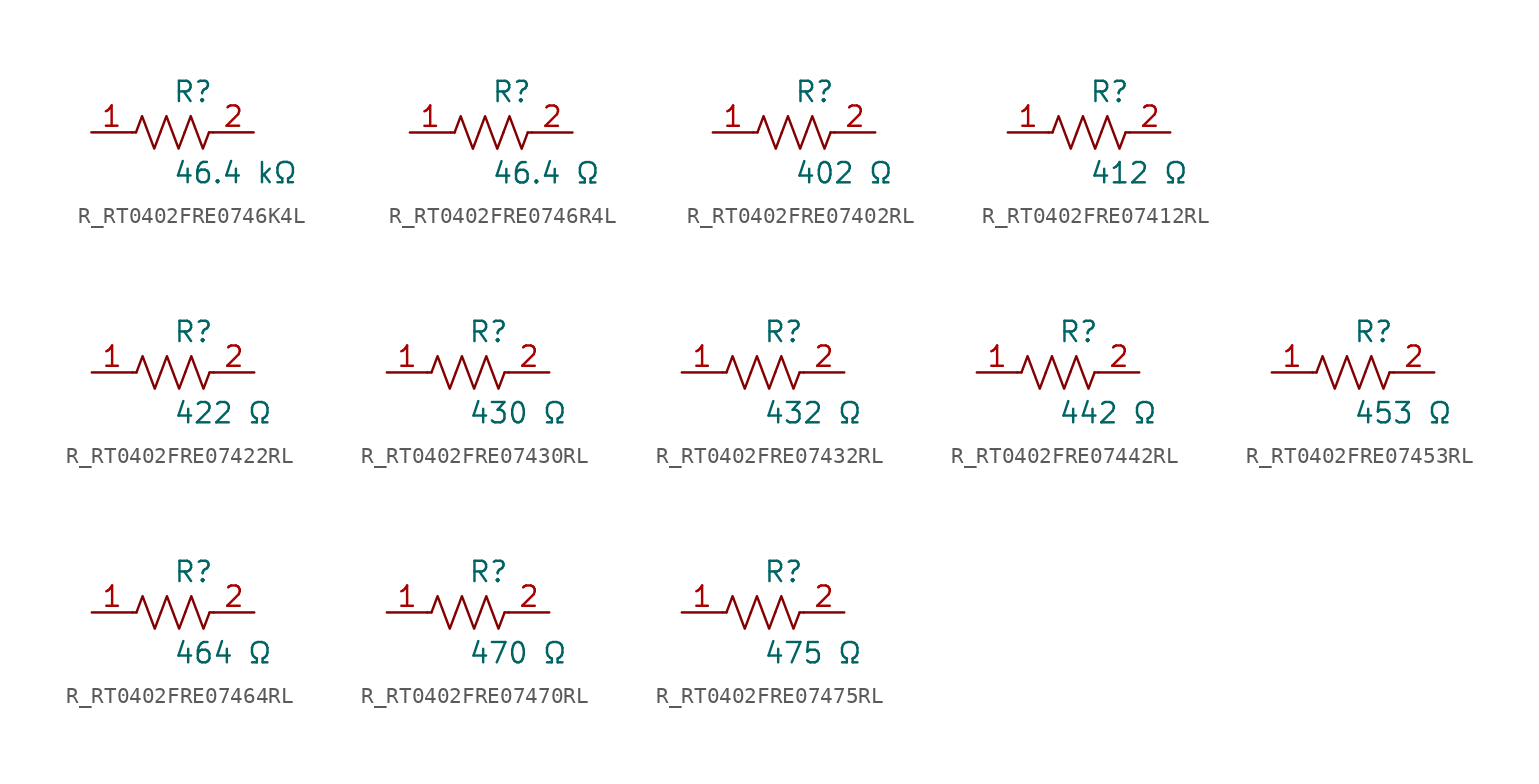
<source format=kicad_sym>
(kicad_symbol_lib
  (version 20231120)
  (generator kicad_symbol_editor)
  (generator_version 8.0)
  (symbol "R_RT0402FRE0746K4L"
    (pin_names
      (offset 0.254))
    (property "Reference" "R"
      (at 0.0 2.54 0)
      (effects (font (size 1.27 1.27)) (justify left)))
    (property "Value" "46.4 kΩ"
      (at 0.0 -2.54 0)
      (effects (font (size 1.27 1.27)) (justify left)))
    (symbol "R_RT0402FRE0746K4L_0_1"
      (polyline (pts (xy 2.286 0) (xy 2.54 0)) (stroke (width 0) (type default)) (fill (type none)))
      (polyline (pts (xy -2.286 0) (xy -2.54 0)) (stroke (width 0) (type default)) (fill (type none)))
      (polyline (pts (xy 0.762 0) (xy 1.143 1.016) (xy 1.524 0) (xy 1.905 -1.016) (xy 2.286 0)) (stroke (width 0) (type default)) (fill (type none)))
      (polyline (pts (xy -0.762 0) (xy -0.381 1.016) (xy 0 0) (xy 0.381 -1.016) (xy 0.762 0)) (stroke (width 0) (type default)) (fill (type none)))
      (polyline (pts (xy -2.286 0) (xy -1.905 1.016) (xy -1.524 0) (xy -1.143 -1.016) (xy -0.762 0)) (stroke (width 0) (type default)) (fill (type none))))
    (pin unspecified line
      (at -5.08 0 0)
      (length 2.54)
      (name "" (effects (font (size 1.27 1.27))))
      (number "1" (effects (font (size 1.27 1.27)))))
    (pin unspecified line
      (at 5.08 0 180)
      (length 2.54)
      (name "" (effects (font (size 1.27 1.27))))
      (number "2" (effects (font (size 1.27 1.27))))))
  (symbol "R_RT0402FRE0746R4L"
    (pin_names
      (offset 0.254))
    (property "Reference" "R"
      (at 0.0 2.54 0)
      (effects (font (size 1.27 1.27)) (justify left)))
    (property "Value" "46.4 Ω"
      (at 0.0 -2.54 0)
      (effects (font (size 1.27 1.27)) (justify left)))
    (symbol "R_RT0402FRE0746R4L_0_1"
      (polyline (pts (xy 2.286 0) (xy 2.54 0)) (stroke (width 0) (type default)) (fill (type none)))
      (polyline (pts (xy -2.286 0) (xy -2.54 0)) (stroke (width 0) (type default)) (fill (type none)))
      (polyline (pts (xy 0.762 0) (xy 1.143 1.016) (xy 1.524 0) (xy 1.905 -1.016) (xy 2.286 0)) (stroke (width 0) (type default)) (fill (type none)))
      (polyline (pts (xy -0.762 0) (xy -0.381 1.016) (xy 0 0) (xy 0.381 -1.016) (xy 0.762 0)) (stroke (width 0) (type default)) (fill (type none)))
      (polyline (pts (xy -2.286 0) (xy -1.905 1.016) (xy -1.524 0) (xy -1.143 -1.016) (xy -0.762 0)) (stroke (width 0) (type default)) (fill (type none))))
    (pin unspecified line
      (at -5.08 0 0)
      (length 2.54)
      (name "" (effects (font (size 1.27 1.27))))
      (number "1" (effects (font (size 1.27 1.27)))))
    (pin unspecified line
      (at 5.08 0 180)
      (length 2.54)
      (name "" (effects (font (size 1.27 1.27))))
      (number "2" (effects (font (size 1.27 1.27))))))
  (symbol "R_RT0402FRE07402RL"
    (pin_names
      (offset 0.254))
    (property "Reference" "R"
      (at 0.0 2.54 0)
      (effects (font (size 1.27 1.27)) (justify left)))
    (property "Value" "402 Ω"
      (at 0.0 -2.54 0)
      (effects (font (size 1.27 1.27)) (justify left)))
    (symbol "R_RT0402FRE07402RL_0_1"
      (polyline (pts (xy 2.286 0) (xy 2.54 0)) (stroke (width 0) (type default)) (fill (type none)))
      (polyline (pts (xy -2.286 0) (xy -2.54 0)) (stroke (width 0) (type default)) (fill (type none)))
      (polyline (pts (xy 0.762 0) (xy 1.143 1.016) (xy 1.524 0) (xy 1.905 -1.016) (xy 2.286 0)) (stroke (width 0) (type default)) (fill (type none)))
      (polyline (pts (xy -0.762 0) (xy -0.381 1.016) (xy 0 0) (xy 0.381 -1.016) (xy 0.762 0)) (stroke (width 0) (type default)) (fill (type none)))
      (polyline (pts (xy -2.286 0) (xy -1.905 1.016) (xy -1.524 0) (xy -1.143 -1.016) (xy -0.762 0)) (stroke (width 0) (type default)) (fill (type none))))
    (pin unspecified line
      (at -5.08 0 0)
      (length 2.54)
      (name "" (effects (font (size 1.27 1.27))))
      (number "1" (effects (font (size 1.27 1.27)))))
    (pin unspecified line
      (at 5.08 0 180)
      (length 2.54)
      (name "" (effects (font (size 1.27 1.27))))
      (number "2" (effects (font (size 1.27 1.27))))))
  (symbol "R_RT0402FRE07412RL"
    (pin_names
      (offset 0.254))
    (property "Reference" "R"
      (at 0.0 2.54 0)
      (effects (font (size 1.27 1.27)) (justify left)))
    (property "Value" "412 Ω"
      (at 0.0 -2.54 0)
      (effects (font (size 1.27 1.27)) (justify left)))
    (symbol "R_RT0402FRE07412RL_0_1"
      (polyline (pts (xy 2.286 0) (xy 2.54 0)) (stroke (width 0) (type default)) (fill (type none)))
      (polyline (pts (xy -2.286 0) (xy -2.54 0)) (stroke (width 0) (type default)) (fill (type none)))
      (polyline (pts (xy 0.762 0) (xy 1.143 1.016) (xy 1.524 0) (xy 1.905 -1.016) (xy 2.286 0)) (stroke (width 0) (type default)) (fill (type none)))
      (polyline (pts (xy -0.762 0) (xy -0.381 1.016) (xy 0 0) (xy 0.381 -1.016) (xy 0.762 0)) (stroke (width 0) (type default)) (fill (type none)))
      (polyline (pts (xy -2.286 0) (xy -1.905 1.016) (xy -1.524 0) (xy -1.143 -1.016) (xy -0.762 0)) (stroke (width 0) (type default)) (fill (type none))))
    (pin unspecified line
      (at -5.08 0 0)
      (length 2.54)
      (name "" (effects (font (size 1.27 1.27))))
      (number "1" (effects (font (size 1.27 1.27)))))
    (pin unspecified line
      (at 5.08 0 180)
      (length 2.54)
      (name "" (effects (font (size 1.27 1.27))))
      (number "2" (effects (font (size 1.27 1.27))))))
  (symbol "R_RT0402FRE07422RL"
    (pin_names
      (offset 0.254))
    (property "Reference" "R"
      (at 0.0 2.54 0)
      (effects (font (size 1.27 1.27)) (justify left)))
    (property "Value" "422 Ω"
      (at 0.0 -2.54 0)
      (effects (font (size 1.27 1.27)) (justify left)))
    (symbol "R_RT0402FRE07422RL_0_1"
      (polyline (pts (xy 2.286 0) (xy 2.54 0)) (stroke (width 0) (type default)) (fill (type none)))
      (polyline (pts (xy -2.286 0) (xy -2.54 0)) (stroke (width 0) (type default)) (fill (type none)))
      (polyline (pts (xy 0.762 0) (xy 1.143 1.016) (xy 1.524 0) (xy 1.905 -1.016) (xy 2.286 0)) (stroke (width 0) (type default)) (fill (type none)))
      (polyline (pts (xy -0.762 0) (xy -0.381 1.016) (xy 0 0) (xy 0.381 -1.016) (xy 0.762 0)) (stroke (width 0) (type default)) (fill (type none)))
      (polyline (pts (xy -2.286 0) (xy -1.905 1.016) (xy -1.524 0) (xy -1.143 -1.016) (xy -0.762 0)) (stroke (width 0) (type default)) (fill (type none))))
    (pin unspecified line
      (at -5.08 0 0)
      (length 2.54)
      (name "" (effects (font (size 1.27 1.27))))
      (number "1" (effects (font (size 1.27 1.27)))))
    (pin unspecified line
      (at 5.08 0 180)
      (length 2.54)
      (name "" (effects (font (size 1.27 1.27))))
      (number "2" (effects (font (size 1.27 1.27))))))
  (symbol "R_RT0402FRE07430RL"
    (pin_names
      (offset 0.254))
    (property "Reference" "R"
      (at 0.0 2.54 0)
      (effects (font (size 1.27 1.27)) (justify left)))
    (property "Value" "430 Ω"
      (at 0.0 -2.54 0)
      (effects (font (size 1.27 1.27)) (justify left)))
    (symbol "R_RT0402FRE07430RL_0_1"
      (polyline (pts (xy 2.286 0) (xy 2.54 0)) (stroke (width 0) (type default)) (fill (type none)))
      (polyline (pts (xy -2.286 0) (xy -2.54 0)) (stroke (width 0) (type default)) (fill (type none)))
      (polyline (pts (xy 0.762 0) (xy 1.143 1.016) (xy 1.524 0) (xy 1.905 -1.016) (xy 2.286 0)) (stroke (width 0) (type default)) (fill (type none)))
      (polyline (pts (xy -0.762 0) (xy -0.381 1.016) (xy 0 0) (xy 0.381 -1.016) (xy 0.762 0)) (stroke (width 0) (type default)) (fill (type none)))
      (polyline (pts (xy -2.286 0) (xy -1.905 1.016) (xy -1.524 0) (xy -1.143 -1.016) (xy -0.762 0)) (stroke (width 0) (type default)) (fill (type none))))
    (pin unspecified line
      (at -5.08 0 0)
      (length 2.54)
      (name "" (effects (font (size 1.27 1.27))))
      (number "1" (effects (font (size 1.27 1.27)))))
    (pin unspecified line
      (at 5.08 0 180)
      (length 2.54)
      (name "" (effects (font (size 1.27 1.27))))
      (number "2" (effects (font (size 1.27 1.27))))))
  (symbol "R_RT0402FRE07432RL"
    (pin_names
      (offset 0.254))
    (property "Reference" "R"
      (at 0.0 2.54 0)
      (effects (font (size 1.27 1.27)) (justify left)))
    (property "Value" "432 Ω"
      (at 0.0 -2.54 0)
      (effects (font (size 1.27 1.27)) (justify left)))
    (symbol "R_RT0402FRE07432RL_0_1"
      (polyline (pts (xy 2.286 0) (xy 2.54 0)) (stroke (width 0) (type default)) (fill (type none)))
      (polyline (pts (xy -2.286 0) (xy -2.54 0)) (stroke (width 0) (type default)) (fill (type none)))
      (polyline (pts (xy 0.762 0) (xy 1.143 1.016) (xy 1.524 0) (xy 1.905 -1.016) (xy 2.286 0)) (stroke (width 0) (type default)) (fill (type none)))
      (polyline (pts (xy -0.762 0) (xy -0.381 1.016) (xy 0 0) (xy 0.381 -1.016) (xy 0.762 0)) (stroke (width 0) (type default)) (fill (type none)))
      (polyline (pts (xy -2.286 0) (xy -1.905 1.016) (xy -1.524 0) (xy -1.143 -1.016) (xy -0.762 0)) (stroke (width 0) (type default)) (fill (type none))))
    (pin unspecified line
      (at -5.08 0 0)
      (length 2.54)
      (name "" (effects (font (size 1.27 1.27))))
      (number "1" (effects (font (size 1.27 1.27)))))
    (pin unspecified line
      (at 5.08 0 180)
      (length 2.54)
      (name "" (effects (font (size 1.27 1.27))))
      (number "2" (effects (font (size 1.27 1.27))))))
  (symbol "R_RT0402FRE07442RL"
    (pin_names
      (offset 0.254))
    (property "Reference" "R"
      (at 0.0 2.54 0)
      (effects (font (size 1.27 1.27)) (justify left)))
    (property "Value" "442 Ω"
      (at 0.0 -2.54 0)
      (effects (font (size 1.27 1.27)) (justify left)))
    (symbol "R_RT0402FRE07442RL_0_1"
      (polyline (pts (xy 2.286 0) (xy 2.54 0)) (stroke (width 0) (type default)) (fill (type none)))
      (polyline (pts (xy -2.286 0) (xy -2.54 0)) (stroke (width 0) (type default)) (fill (type none)))
      (polyline (pts (xy 0.762 0) (xy 1.143 1.016) (xy 1.524 0) (xy 1.905 -1.016) (xy 2.286 0)) (stroke (width 0) (type default)) (fill (type none)))
      (polyline (pts (xy -0.762 0) (xy -0.381 1.016) (xy 0 0) (xy 0.381 -1.016) (xy 0.762 0)) (stroke (width 0) (type default)) (fill (type none)))
      (polyline (pts (xy -2.286 0) (xy -1.905 1.016) (xy -1.524 0) (xy -1.143 -1.016) (xy -0.762 0)) (stroke (width 0) (type default)) (fill (type none))))
    (pin unspecified line
      (at -5.08 0 0)
      (length 2.54)
      (name "" (effects (font (size 1.27 1.27))))
      (number "1" (effects (font (size 1.27 1.27)))))
    (pin unspecified line
      (at 5.08 0 180)
      (length 2.54)
      (name "" (effects (font (size 1.27 1.27))))
      (number "2" (effects (font (size 1.27 1.27))))))
  (symbol "R_RT0402FRE07453RL"
    (pin_names
      (offset 0.254))
    (property "Reference" "R"
      (at 0.0 2.54 0)
      (effects (font (size 1.27 1.27)) (justify left)))
    (property "Value" "453 Ω"
      (at 0.0 -2.54 0)
      (effects (font (size 1.27 1.27)) (justify left)))
    (symbol "R_RT0402FRE07453RL_0_1"
      (polyline (pts (xy 2.286 0) (xy 2.54 0)) (stroke (width 0) (type default)) (fill (type none)))
      (polyline (pts (xy -2.286 0) (xy -2.54 0)) (stroke (width 0) (type default)) (fill (type none)))
      (polyline (pts (xy 0.762 0) (xy 1.143 1.016) (xy 1.524 0) (xy 1.905 -1.016) (xy 2.286 0)) (stroke (width 0) (type default)) (fill (type none)))
      (polyline (pts (xy -0.762 0) (xy -0.381 1.016) (xy 0 0) (xy 0.381 -1.016) (xy 0.762 0)) (stroke (width 0) (type default)) (fill (type none)))
      (polyline (pts (xy -2.286 0) (xy -1.905 1.016) (xy -1.524 0) (xy -1.143 -1.016) (xy -0.762 0)) (stroke (width 0) (type default)) (fill (type none))))
    (pin unspecified line
      (at -5.08 0 0)
      (length 2.54)
      (name "" (effects (font (size 1.27 1.27))))
      (number "1" (effects (font (size 1.27 1.27)))))
    (pin unspecified line
      (at 5.08 0 180)
      (length 2.54)
      (name "" (effects (font (size 1.27 1.27))))
      (number "2" (effects (font (size 1.27 1.27))))))
  (symbol "R_RT0402FRE07464RL"
    (pin_names
      (offset 0.254))
    (property "Reference" "R"
      (at 0.0 2.54 0)
      (effects (font (size 1.27 1.27)) (justify left)))
    (property "Value" "464 Ω"
      (at 0.0 -2.54 0)
      (effects (font (size 1.27 1.27)) (justify left)))
    (symbol "R_RT0402FRE07464RL_0_1"
      (polyline (pts (xy 2.286 0) (xy 2.54 0)) (stroke (width 0) (type default)) (fill (type none)))
      (polyline (pts (xy -2.286 0) (xy -2.54 0)) (stroke (width 0) (type default)) (fill (type none)))
      (polyline (pts (xy 0.762 0) (xy 1.143 1.016) (xy 1.524 0) (xy 1.905 -1.016) (xy 2.286 0)) (stroke (width 0) (type default)) (fill (type none)))
      (polyline (pts (xy -0.762 0) (xy -0.381 1.016) (xy 0 0) (xy 0.381 -1.016) (xy 0.762 0)) (stroke (width 0) (type default)) (fill (type none)))
      (polyline (pts (xy -2.286 0) (xy -1.905 1.016) (xy -1.524 0) (xy -1.143 -1.016) (xy -0.762 0)) (stroke (width 0) (type default)) (fill (type none))))
    (pin unspecified line
      (at -5.08 0 0)
      (length 2.54)
      (name "" (effects (font (size 1.27 1.27))))
      (number "1" (effects (font (size 1.27 1.27)))))
    (pin unspecified line
      (at 5.08 0 180)
      (length 2.54)
      (name "" (effects (font (size 1.27 1.27))))
      (number "2" (effects (font (size 1.27 1.27))))))
  (symbol "R_RT0402FRE07470RL"
    (pin_names
      (offset 0.254))
    (property "Reference" "R"
      (at 0.0 2.54 0)
      (effects (font (size 1.27 1.27)) (justify left)))
    (property "Value" "470 Ω"
      (at 0.0 -2.54 0)
      (effects (font (size 1.27 1.27)) (justify left)))
    (symbol "R_RT0402FRE07470RL_0_1"
      (polyline (pts (xy 2.286 0) (xy 2.54 0)) (stroke (width 0) (type default)) (fill (type none)))
      (polyline (pts (xy -2.286 0) (xy -2.54 0)) (stroke (width 0) (type default)) (fill (type none)))
      (polyline (pts (xy 0.762 0) (xy 1.143 1.016) (xy 1.524 0) (xy 1.905 -1.016) (xy 2.286 0)) (stroke (width 0) (type default)) (fill (type none)))
      (polyline (pts (xy -0.762 0) (xy -0.381 1.016) (xy 0 0) (xy 0.381 -1.016) (xy 0.762 0)) (stroke (width 0) (type default)) (fill (type none)))
      (polyline (pts (xy -2.286 0) (xy -1.905 1.016) (xy -1.524 0) (xy -1.143 -1.016) (xy -0.762 0)) (stroke (width 0) (type default)) (fill (type none))))
    (pin unspecified line
      (at -5.08 0 0)
      (length 2.54)
      (name "" (effects (font (size 1.27 1.27))))
      (number "1" (effects (font (size 1.27 1.27)))))
    (pin unspecified line
      (at 5.08 0 180)
      (length 2.54)
      (name "" (effects (font (size 1.27 1.27))))
      (number "2" (effects (font (size 1.27 1.27))))))
  (symbol "R_RT0402FRE07475RL"
    (pin_names
      (offset 0.254))
    (property "Reference" "R"
      (at 0.0 2.54 0)
      (effects (font (size 1.27 1.27)) (justify left)))
    (property "Value" "475 Ω"
      (at 0.0 -2.54 0)
      (effects (font (size 1.27 1.27)) (justify left)))
    (symbol "R_RT0402FRE07475RL_0_1"
      (polyline (pts (xy 2.286 0) (xy 2.54 0)) (stroke (width 0) (type default)) (fill (type none)))
      (polyline (pts (xy -2.286 0) (xy -2.54 0)) (stroke (width 0) (type default)) (fill (type none)))
      (polyline (pts (xy 0.762 0) (xy 1.143 1.016) (xy 1.524 0) (xy 1.905 -1.016) (xy 2.286 0)) (stroke (width 0) (type default)) (fill (type none)))
      (polyline (pts (xy -0.762 0) (xy -0.381 1.016) (xy 0 0) (xy 0.381 -1.016) (xy 0.762 0)) (stroke (width 0) (type default)) (fill (type none)))
      (polyline (pts (xy -2.286 0) (xy -1.905 1.016) (xy -1.524 0) (xy -1.143 -1.016) (xy -0.762 0)) (stroke (width 0) (type default)) (fill (type none))))
    (pin unspecified line
      (at -5.08 0 0)
      (length 2.54)
      (name "" (effects (font (size 1.27 1.27))))
      (number "1" (effects (font (size 1.27 1.27)))))
    (pin unspecified line
      (at 5.08 0 180)
      (length 2.54)
      (name "" (effects (font (size 1.27 1.27))))
      (number "2" (effects (font (size 1.27 1.27)))))))
</source>
